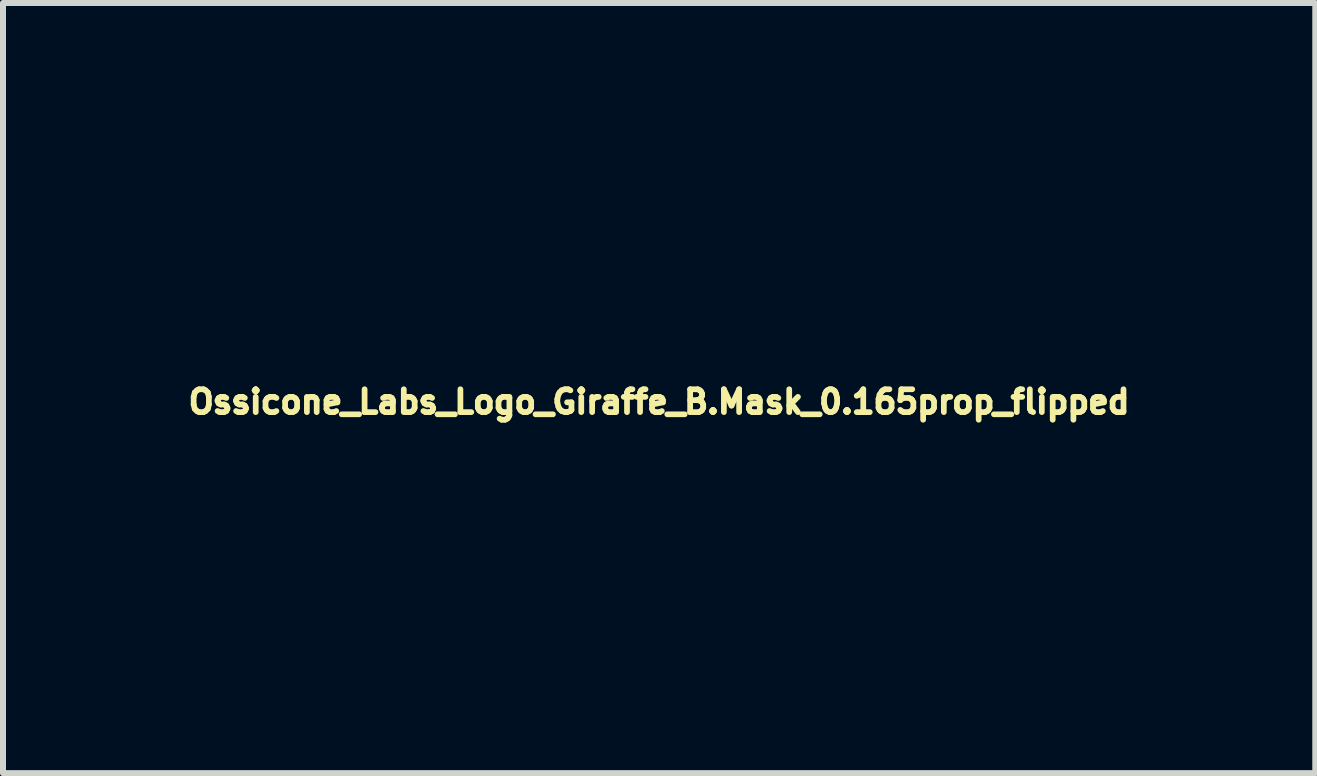
<source format=kicad_pcb>
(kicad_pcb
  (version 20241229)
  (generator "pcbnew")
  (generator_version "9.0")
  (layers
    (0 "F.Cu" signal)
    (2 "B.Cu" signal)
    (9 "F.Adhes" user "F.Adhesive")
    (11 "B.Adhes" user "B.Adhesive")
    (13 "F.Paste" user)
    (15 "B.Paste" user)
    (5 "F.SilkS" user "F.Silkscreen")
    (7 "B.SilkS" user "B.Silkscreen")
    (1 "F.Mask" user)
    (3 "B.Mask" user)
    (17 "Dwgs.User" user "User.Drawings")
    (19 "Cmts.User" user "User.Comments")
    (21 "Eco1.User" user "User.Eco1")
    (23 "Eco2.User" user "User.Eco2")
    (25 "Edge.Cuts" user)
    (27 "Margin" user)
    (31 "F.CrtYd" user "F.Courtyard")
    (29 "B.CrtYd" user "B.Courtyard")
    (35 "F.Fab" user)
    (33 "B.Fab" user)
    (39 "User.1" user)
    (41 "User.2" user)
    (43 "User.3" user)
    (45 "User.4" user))
  (footprint "Ossicone_Labs_Logo_Giraffe_B.Mask_0.165prop_flipped"
    (layer "F.Cu")
    (at 7.933 3.646)
    (property "Reference" "Ossicone_Labs_Logo_Giraffe_B.Mask_0.165prop_flipped" (at 0 0 0) (layer "F.SilkS") (effects (font (size 0.381 0.381) (thickness 0.127))))
    (attr through_hole)
    (fp_poly (pts (xy 1.735 2.87) (xy 1.737 2.873) (xy 1.745 2.87) (xy 1.748 2.865) (xy 1.742 2.852) (xy 1.737 2.855) (xy 1.735 2.87)) (stroke (width 0.003) (type solid)) (fill yes) (layer "B.Mask"))
    (fp_poly (pts (xy 1.75 2.913) (xy 1.75 2.916) (xy 1.76 2.913) (xy 1.76 2.906) (xy 1.755 2.893) (xy 1.75 2.896) (xy 1.75 2.913)) (stroke (width 0.003) (type solid)) (fill yes) (layer "B.Mask"))
    (fp_poly (pts (xy 1.201 1.161) (xy 1.214 1.171) (xy 1.232 1.173) (xy 1.255 1.171) (xy 1.25 1.163) (xy 1.245 1.161) (xy 1.214 1.146) (xy 1.201 1.156) (xy 1.201 1.161)) (stroke (width 0.003) (type solid)) (fill yes) (layer "B.Mask"))
    (fp_poly (pts (xy 1.763 2.946) (xy 1.77 2.974) (xy 1.773 2.982) (xy 1.783 2.997) (xy 1.788 2.99) (xy 1.781 2.959) (xy 1.773 2.949) (xy 1.763 2.936) (xy 1.763 2.946)) (stroke (width 0.003) (type solid)) (fill yes) (layer "B.Mask"))
    (fp_poly (pts (xy -0.043 1.168) (xy -0.03 1.173) (xy -0.02 1.173) (xy -0.003 1.163) (xy 0 1.151) (xy -0.003 1.135) (xy -0.018 1.143) (xy -0.02 1.146) (xy -0.038 1.163) (xy -0.043 1.168)) (stroke (width 0.003) (type solid)) (fill yes) (layer "B.Mask"))
    (fp_poly (pts (xy -2.047 -0.721) (xy -2.04 -0.686) (xy -2.04 -0.683) (xy -2.017 -0.663) (xy -1.984 -0.658) (xy -1.956 -0.665) (xy -1.946 -0.678) (xy -1.946 -0.714) (xy -1.968 -0.739) (xy -2.002 -0.752) (xy -2.032 -0.747) (xy -2.047 -0.721)) (stroke (width 0.003) (type solid)) (fill yes) (layer "B.Mask"))
    (fp_poly (pts (xy 0.231 0.871) (xy 0.234 0.876) (xy 0.259 0.879) (xy 0.287 0.879) (xy 0.328 0.879) (xy 0.343 0.876) (xy 0.34 0.866) (xy 0.33 0.859) (xy 0.302 0.843) (xy 0.287 0.838) (xy 0.264 0.846) (xy 0.244 0.859) (xy 0.231 0.871)) (stroke (width 0.003) (type solid)) (fill yes) (layer "B.Mask"))
    (fp_poly (pts (xy -1.968 -0.145) (xy -1.963 -0.107) (xy -1.951 -0.069) (xy -1.928 -0.043) (xy -1.902 -0.03) (xy -1.882 -0.038) (xy -1.872 -0.061) (xy -1.872 -0.099) (xy -1.877 -0.137) (xy -1.89 -0.165) (xy -1.892 -0.168) (xy -1.923 -0.18) (xy -1.951 -0.17) (xy -1.966 -0.145) (xy -1.968 -0.145)) (stroke (width 0.003) (type solid)) (fill yes) (layer "B.Mask"))
    (fp_poly (pts (xy -0.178 -1.445) (xy -0.175 -1.43) (xy -0.168 -1.425) (xy -0.124 -1.412) (xy -0.071 -1.42) (xy -0.058 -1.425) (xy -0.033 -1.445) (xy -0.03 -1.471) (xy -0.041 -1.494) (xy -0.064 -1.504) (xy -0.086 -1.506) (xy -0.124 -1.506) (xy -0.15 -1.491) (xy -0.163 -1.473) (xy -0.178 -1.445)) (stroke (width 0.003) (type solid)) (fill yes) (layer "B.Mask"))
    (fp_poly (pts (xy -1.229 -2.012) (xy -1.217 -1.999) (xy -1.191 -1.999) (xy -1.158 -2.004) (xy -1.133 -2.019) (xy -1.128 -2.022) (xy -1.107 -2.062) (xy -1.105 -2.111) (xy -1.113 -2.141) (xy -1.128 -2.156) (xy -1.151 -2.149) (xy -1.176 -2.126) (xy -1.201 -2.095) (xy -1.219 -2.057) (xy -1.229 -2.019) (xy -1.229 -2.012)) (stroke (width 0.003) (type solid)) (fill yes) (layer "B.Mask"))
    (fp_poly (pts (xy -0.457 2.446) (xy -0.455 2.454) (xy -0.45 2.482) (xy -0.447 2.522) (xy -0.445 2.555) (xy -0.432 2.568) (xy -0.406 2.57) (xy -0.373 2.565) (xy -0.363 2.553) (xy -0.358 2.53) (xy -0.343 2.494) (xy -0.335 2.482) (xy -0.31 2.431) (xy -0.386 2.431) (xy -0.432 2.431) (xy -0.452 2.436) (xy -0.457 2.446)) (stroke (width 0.003) (type solid)) (fill yes) (layer "B.Mask"))
    (fp_poly (pts (xy -0.373 -1.3) (xy -0.371 -1.247) (xy -0.356 -1.194) (xy -0.333 -1.148) (xy -0.302 -1.13) (xy -0.274 -1.138) (xy -0.246 -1.171) (xy -0.244 -1.176) (xy -0.229 -1.222) (xy -0.226 -1.278) (xy -0.236 -1.328) (xy -0.251 -1.361) (xy -0.282 -1.379) (xy -0.323 -1.382) (xy -0.345 -1.372) (xy -0.366 -1.344) (xy -0.373 -1.3)) (stroke (width 0.003) (type solid)) (fill yes) (layer "B.Mask"))
    (fp_poly (pts (xy -1.303 -1.052) (xy -1.295 -0.986) (xy -1.283 -0.932) (xy -1.257 -0.886) (xy -1.224 -0.859) (xy -1.199 -0.851) (xy -1.173 -0.864) (xy -1.148 -0.886) (xy -1.146 -0.889) (xy -1.128 -0.922) (xy -1.113 -0.963) (xy -1.105 -1.001) (xy -1.105 -1.026) (xy -1.107 -1.029) (xy -1.125 -1.034) (xy -1.161 -1.039) (xy -1.209 -1.044) (xy -1.303 -1.052)) (stroke (width 0.003) (type solid)) (fill yes) (layer "B.Mask"))
    (fp_poly (pts (xy 0.368 2.436) (xy 0.376 2.459) (xy 0.389 2.494) (xy 0.396 2.525) (xy 0.411 2.565) (xy 0.424 2.591) (xy 0.432 2.596) (xy 0.45 2.593) (xy 0.483 2.586) (xy 0.521 2.578) (xy 0.572 2.573) (xy 0.605 2.573) (xy 0.683 2.57) (xy 0.683 2.502) (xy 0.683 2.431) (xy 0.551 2.431) (xy 0.495 2.431) (xy 0.45 2.426) (xy 0.424 2.421) (xy 0.419 2.418) (xy 0.409 2.41) (xy 0.391 2.413) (xy 0.371 2.426) (xy 0.368 2.436)) (stroke (width 0.003) (type solid)) (fill yes) (layer "B.Mask"))
    (fp_poly (pts (xy -1.783 -0.544) (xy -1.768 -0.505) (xy -1.765 -0.503) (xy -1.745 -0.485) (xy -1.714 -0.478) (xy -1.666 -0.478) (xy -1.656 -0.478) (xy -1.595 -0.48) (xy -1.532 -0.49) (xy -1.501 -0.495) (xy -1.448 -0.508) (xy -1.397 -0.513) (xy -1.379 -0.516) (xy -1.346 -0.518) (xy -1.331 -0.531) (xy -1.333 -0.556) (xy -1.351 -0.599) (xy -1.354 -0.607) (xy -1.394 -0.663) (xy -1.448 -0.699) (xy -1.516 -0.711) (xy -1.537 -0.714) (xy -1.623 -0.701) (xy -1.694 -0.671) (xy -1.735 -0.635) (xy -1.773 -0.587) (xy -1.783 -0.544)) (stroke (width 0.003) (type solid)) (fill yes) (layer "B.Mask"))
    (fp_poly (pts (xy 1.232 2.558) (xy 1.232 2.563) (xy 1.252 2.568) (xy 1.29 2.57) (xy 1.336 2.573) (xy 1.453 2.588) (xy 1.549 2.624) (xy 1.626 2.675) (xy 1.684 2.746) (xy 1.707 2.786) (xy 1.722 2.817) (xy 1.73 2.83) (xy 1.732 2.83) (xy 1.727 2.809) (xy 1.72 2.766) (xy 1.704 2.713) (xy 1.689 2.652) (xy 1.671 2.588) (xy 1.656 2.532) (xy 1.643 2.489) (xy 1.636 2.469) (xy 1.626 2.449) (xy 1.613 2.436) (xy 1.585 2.431) (xy 1.539 2.431) (xy 1.532 2.431) (xy 1.481 2.431) (xy 1.448 2.438) (xy 1.427 2.451) (xy 1.415 2.464) (xy 1.384 2.492) (xy 1.341 2.512) (xy 1.333 2.515) (xy 1.288 2.53) (xy 1.25 2.545) (xy 1.245 2.548) (xy 1.232 2.558)) (stroke (width 0.003) (type solid)) (fill yes) (layer "B.Mask"))
    (fp_poly (pts (xy 1.77 2.601) (xy 1.849 2.675) (xy 1.892 2.718) (xy 1.918 2.748) (xy 1.92 2.769) (xy 1.92 2.771) (xy 1.92 2.786) (xy 1.935 2.794) (xy 1.961 2.794) (xy 1.996 2.797) (xy 2.017 2.807) (xy 2.019 2.827) (xy 2.014 2.865) (xy 2.007 2.913) (xy 2.007 2.916) (xy 1.994 2.982) (xy 1.984 3.053) (xy 1.976 3.099) (xy 1.968 3.185) (xy 2.149 3.185) (xy 2.23 3.185) (xy 2.283 3.183) (xy 2.316 3.178) (xy 2.332 3.172) (xy 2.332 3.167) (xy 2.327 3.15) (xy 2.314 3.111) (xy 2.294 3.051) (xy 2.268 2.977) (xy 2.238 2.891) (xy 2.202 2.797) (xy 2.202 2.794) (xy 2.073 2.438) (xy 1.966 2.433) (xy 1.862 2.431) (xy 1.854 2.471) (xy 1.839 2.507) (xy 1.814 2.548) (xy 1.808 2.555) (xy 1.77 2.601)) (stroke (width 0.003) (type solid)) (fill yes) (layer "B.Mask"))
    (fp_poly (pts (xy 0.528 0.201) (xy 0.531 0.269) (xy 0.541 0.318) (xy 0.559 0.345) (xy 0.574 0.351) (xy 0.605 0.34) (xy 0.622 0.325) (xy 0.645 0.297) (xy 0.671 0.259) (xy 0.676 0.251) (xy 0.709 0.208) (xy 0.739 0.188) (xy 0.77 0.188) (xy 0.795 0.201) (xy 0.836 0.224) (xy 0.932 0.147) (xy 1.031 0.071) (xy 1.019 0.005) (xy 1.008 -0.048) (xy 0.993 -0.097) (xy 0.975 -0.15) (xy 0.95 -0.213) (xy 0.917 -0.295) (xy 0.889 -0.361) (xy 0.864 -0.429) (xy 0.843 -0.488) (xy 0.838 -0.511) (xy 0.826 -0.556) (xy 0.813 -0.582) (xy 0.798 -0.592) (xy 0.772 -0.594) (xy 0.767 -0.594) (xy 0.734 -0.589) (xy 0.719 -0.577) (xy 0.714 -0.554) (xy 0.721 -0.511) (xy 0.734 -0.488) (xy 0.749 -0.465) (xy 0.744 -0.445) (xy 0.742 -0.439) (xy 0.714 -0.422) (xy 0.699 -0.419) (xy 0.683 -0.417) (xy 0.671 -0.409) (xy 0.658 -0.389) (xy 0.643 -0.356) (xy 0.627 -0.305) (xy 0.605 -0.231) (xy 0.594 -0.188) (xy 0.566 -0.079) (xy 0.546 0.025) (xy 0.536 0.119) (xy 0.528 0.201)) (stroke (width 0.003) (type solid)) (fill yes) (layer "B.Mask"))
    (fp_poly (pts (xy 0.577 0.577) (xy 0.579 0.612) (xy 0.589 0.663) (xy 0.605 0.737) (xy 0.61 0.772) (xy 0.622 0.828) (xy 0.635 0.861) (xy 0.648 0.876) (xy 0.66 0.884) (xy 0.676 0.889) (xy 0.691 0.909) (xy 0.709 0.945) (xy 0.729 1.003) (xy 0.737 1.026) (xy 0.754 1.087) (xy 0.77 1.14) (xy 0.78 1.176) (xy 0.782 1.191) (xy 0.785 1.209) (xy 0.8 1.214) (xy 0.833 1.201) (xy 0.861 1.181) (xy 0.871 1.166) (xy 0.884 1.151) (xy 0.912 1.148) (xy 0.927 1.151) (xy 0.96 1.156) (xy 0.978 1.146) (xy 0.996 1.118) (xy 1.001 1.11) (xy 1.041 1.062) (xy 1.102 1.016) (xy 1.143 0.998) (xy 1.146 0.983) (xy 1.151 0.95) (xy 1.158 0.902) (xy 1.166 0.846) (xy 1.171 0.792) (xy 1.173 0.747) (xy 1.176 0.716) (xy 1.176 0.714) (xy 1.173 0.683) (xy 1.168 0.632) (xy 1.161 0.577) (xy 1.161 0.566) (xy 1.151 0.503) (xy 1.143 0.442) (xy 1.135 0.396) (xy 1.135 0.394) (xy 1.12 0.335) (xy 1.09 0.295) (xy 1.052 0.269) (xy 1.029 0.267) (xy 0.986 0.277) (xy 0.922 0.305) (xy 0.843 0.356) (xy 0.747 0.424) (xy 0.747 0.427) (xy 0.693 0.465) (xy 0.648 0.498) (xy 0.612 0.523) (xy 0.599 0.531) (xy 0.587 0.541) (xy 0.579 0.554) (xy 0.577 0.577)) (stroke (width 0.003) (type solid)) (fill yes) (layer "B.Mask"))
    (fp_poly (pts (xy -1.999 -1.405) (xy -1.946 -1.387) (xy -1.877 -1.359) (xy -1.831 -1.331) (xy -1.808 -1.3) (xy -1.811 -1.275) (xy -1.824 -1.262) (xy -1.857 -1.247) (xy -1.885 -1.242) (xy -1.925 -1.237) (xy -1.966 -1.219) (xy -1.991 -1.199) (xy -1.994 -1.191) (xy -1.986 -1.176) (xy -1.961 -1.166) (xy -1.933 -1.158) (xy -1.885 -1.146) (xy -1.821 -1.128) (xy -1.75 -1.107) (xy -1.732 -1.102) (xy -1.648 -1.077) (xy -1.587 -1.059) (xy -1.547 -1.046) (xy -1.519 -1.039) (xy -1.504 -1.036) (xy -1.496 -1.039) (xy -1.494 -1.041) (xy -1.491 -1.044) (xy -1.481 -1.067) (xy -1.483 -1.105) (xy -1.494 -1.14) (xy -1.496 -1.148) (xy -1.514 -1.168) (xy -1.542 -1.171) (xy -1.554 -1.168) (xy -1.595 -1.168) (xy -1.643 -1.181) (xy -1.671 -1.196) (xy -1.712 -1.217) (xy -1.737 -1.234) (xy -1.748 -1.242) (xy -1.732 -1.255) (xy -1.694 -1.262) (xy -1.631 -1.27) (xy -1.544 -1.27) (xy -1.534 -1.27) (xy -1.438 -1.275) (xy -1.364 -1.285) (xy -1.303 -1.303) (xy -1.252 -1.333) (xy -1.224 -1.356) (xy -1.186 -1.387) (xy -1.158 -1.405) (xy -1.143 -1.41) (xy -1.123 -1.405) (xy -1.085 -1.389) (xy -1.034 -1.369) (xy -1.021 -1.361) (xy -0.968 -1.339) (xy -0.917 -1.321) (xy -0.881 -1.313) (xy -0.876 -1.313) (xy -0.848 -1.316) (xy -0.841 -1.328) (xy -0.843 -1.351) (xy -0.859 -1.407) (xy -0.864 -1.44) (xy -0.861 -1.46) (xy -0.851 -1.468) (xy -0.836 -1.473) (xy -0.798 -1.478) (xy -0.762 -1.483) (xy -0.729 -1.494) (xy -0.716 -1.509) (xy -0.726 -1.521) (xy -0.762 -1.534) (xy -0.818 -1.552) (xy -0.889 -1.567) (xy -0.97 -1.582) (xy -1.062 -1.6) (xy -1.158 -1.615) (xy -1.252 -1.628) (xy -1.344 -1.638) (xy -1.43 -1.646) (xy -1.501 -1.648) (xy -1.516 -1.648) (xy -1.651 -1.641) (xy -1.76 -1.621) (xy -1.849 -1.585) (xy -1.918 -1.534) (xy -1.966 -1.468) (xy -1.999 -1.405)) (stroke (width 0.003) (type solid)) (fill yes) (layer "B.Mask"))
    (fp_poly (pts (xy -4.641 -1.044) (xy -4.636 -0.909) (xy -4.63 -0.838) (xy -4.625 -0.787) (xy -4.613 -0.742) (xy -4.592 -0.699) (xy -4.592 -0.696) (xy -4.529 -0.592) (xy -4.448 -0.505) (xy -4.348 -0.437) (xy -4.232 -0.389) (xy -4.089 -0.356) (xy -4.054 -0.351) (xy -4.006 -0.343) (xy -3.934 -0.338) (xy -3.851 -0.333) (xy -3.757 -0.328) (xy -3.66 -0.323) (xy -3.658 -0.323) (xy -3.373 -0.31) (xy -3.178 -0.241) (xy -3.099 -0.213) (xy -3.018 -0.188) (xy -2.944 -0.165) (xy -2.888 -0.15) (xy -2.878 -0.147) (xy -2.761 -0.119) (xy -2.621 -0.081) (xy -2.459 -0.033) (xy -2.268 0.025) (xy -2.055 0.091) (xy -1.816 0.17) (xy -1.801 0.175) (xy -1.674 0.216) (xy -1.547 0.257) (xy -1.422 0.297) (xy -1.306 0.335) (xy -1.222 0.361) (xy -1.222 -0.091) (xy -1.219 -0.119) (xy -1.201 -0.135) (xy -1.166 -0.14) (xy -1.123 -0.137) (xy -1.079 -0.127) (xy -1.049 -0.112) (xy -1.029 -0.089) (xy -1.019 -0.074) (xy -1.031 -0.058) (xy -1.059 -0.038) (xy -1.097 -0.02) (xy -1.133 -0.005) (xy -1.153 0) (xy -1.184 -0.008) (xy -1.199 -0.018) (xy -1.214 -0.051) (xy -1.222 -0.091) (xy -1.222 0.361) (xy -1.204 0.366) (xy -1.143 0.384) (xy -1.143 0.145) (xy -1.135 0.109) (xy -1.118 0.084) (xy -1.077 0.058) (xy -1.041 0.058) (xy -1.008 0.079) (xy -0.986 0.122) (xy -0.978 0.178) (xy -0.98 0.216) (xy -0.993 0.236) (xy -1.019 0.234) (xy -1.062 0.216) (xy -1.074 0.211) (xy -1.123 0.178) (xy -1.143 0.145) (xy -1.143 0.384) (xy -1.118 0.391) (xy -1.054 0.409) (xy -0.932 0.445) (xy -0.932 -0.424) (xy -0.93 -0.462) (xy -0.904 -0.485) (xy -0.881 -0.495) (xy -0.831 -0.5) (xy -0.777 -0.49) (xy -0.711 -0.465) (xy -0.635 -0.422) (xy -0.602 -0.401) (xy -0.483 -0.325) (xy -0.478 -0.239) (xy -0.472 -0.15) (xy -0.513 -0.18) (xy -0.546 -0.196) (xy -0.597 -0.216) (xy -0.658 -0.236) (xy -0.681 -0.244) (xy -0.762 -0.267) (xy -0.823 -0.287) (xy -0.864 -0.31) (xy -0.892 -0.335) (xy -0.912 -0.366) (xy -0.914 -0.371) (xy -0.932 -0.424) (xy -0.932 0.445) (xy -0.831 0.472) (xy -0.78 0.63) (xy -0.754 0.709) (xy -0.729 0.803) (xy -0.704 0.899) (xy -0.681 0.98) (xy -0.635 1.173) (xy -0.505 1.173) (xy -0.376 1.173) (xy -0.386 1.14) (xy -0.381 1.1) (xy -0.358 1.052) (xy -0.333 1.006) (xy -0.31 0.958) (xy -0.305 0.947) (xy -0.29 0.914) (xy -0.279 0.902) (xy -0.279 0.5) (xy -0.277 0.465) (xy -0.269 0.45) (xy -0.251 0.457) (xy -0.229 0.485) (xy -0.224 0.493) (xy -0.191 0.564) (xy -0.175 0.635) (xy -0.175 0.683) (xy -0.185 0.714) (xy -0.193 0.719) (xy -0.206 0.709) (xy -0.218 0.686) (xy -0.239 0.648) (xy -0.251 0.612) (xy -0.269 0.549) (xy -0.279 0.5) (xy -0.279 0.902) (xy -0.272 0.894) (xy -0.267 0.894) (xy -0.246 0.904) (xy -0.216 0.927) (xy -0.201 0.945) (xy -0.152 0.996) (xy -0.117 0.963) (xy -0.081 0.919) (xy -0.053 0.866) (xy -0.043 0.818) (xy -0.043 0.813) (xy -0.033 0.787) (xy -0.008 0.754) (xy 0.008 0.737) (xy 0.036 0.706) (xy 0.051 0.678) (xy 0.056 0.643) (xy 0.056 0.605) (xy 0.043 0.516) (xy 0.008 0.419) (xy -0.048 0.328) (xy -0.122 0.239) (xy -0.124 0.239) (xy -0.163 0.198) (xy -0.185 0.17) (xy -0.196 0.15) (xy -0.193 0.135) (xy -0.185 0.124) (xy -0.17 0.074) (xy -0.17 0.01) (xy -0.183 -0.053) (xy -0.196 -0.081) (xy -0.218 -0.119) (xy -0.251 -0.165) (xy -0.29 -0.208) (xy -0.358 -0.284) (xy -0.333 -0.333) (xy -0.31 -0.406) (xy -0.305 -0.485) (xy -0.32 -0.564) (xy -0.351 -0.638) (xy -0.394 -0.701) (xy -0.45 -0.749) (xy -0.511 -0.777) (xy -0.513 -0.777) (xy -0.572 -0.775) (xy -0.632 -0.754) (xy -0.686 -0.716) (xy -0.724 -0.671) (xy -0.729 -0.653) (xy -0.744 -0.65) (xy -0.772 -0.671) (xy -0.795 -0.688) (xy -0.836 -0.721) (xy -0.871 -0.737) (xy -0.907 -0.739) (xy -0.963 -0.734) (xy -1.006 -0.719) (xy -1.029 -0.699) (xy -1.034 -0.686) (xy -1.029 -0.66) (xy -1.019 -0.62) (xy -1.008 -0.594) (xy -0.986 -0.528) (xy -1.034 -0.485) (xy -1.113 -0.432) (xy -1.194 -0.396) (xy -1.273 -0.378) (xy -1.344 -0.386) (xy -1.361 -0.391) (xy -1.389 -0.396) (xy -1.407 -0.384) (xy -1.41 -0.378) (xy -1.422 -0.33) (xy -1.422 -0.274) (xy -1.405 -0.221) (xy -1.405 -0.218) (xy -1.389 -0.191) (xy -1.384 -0.173) (xy -1.394 -0.17) (xy -1.43 -0.173) (xy -1.478 -0.175) (xy -1.499 -0.175) (xy -1.605 -0.175) (xy -1.692 -0.157) (xy -1.758 -0.122) (xy -1.803 -0.066) (xy -1.816 -0.036) (xy -1.829 -0.003) (xy -1.849 0.01) (xy -1.88 0.01) (xy -1.928 -0.003) (xy -1.968 -0.02) (xy -1.989 -0.046) (xy -1.991 -0.053) (xy -2.002 -0.089) (xy -2.019 -0.135) (xy -2.027 -0.15) (xy -2.047 -0.185) (xy -2.065 -0.203) (xy -2.095 -0.208) (xy -2.113 -0.211) (xy -2.146 -0.211) (xy -2.172 -0.221) (xy -2.2 -0.241) (xy -2.235 -0.279) (xy -2.243 -0.287) (xy -2.283 -0.328) (xy -2.311 -0.351) (xy -2.339 -0.361) (xy -2.365 -0.363) (xy -2.4 -0.361) (xy -2.413 -0.351) (xy -2.416 -0.333) (xy -2.408 -0.295) (xy -2.398 -0.267) (xy -2.385 -0.229) (xy -2.393 -0.203) (xy -2.416 -0.196) (xy -2.438 -0.201) (xy -2.482 -0.211) (xy -2.527 -0.226) (xy -2.591 -0.244) (xy -2.664 -0.259) (xy -2.725 -0.272) (xy -2.83 -0.287) (xy -2.845 -0.356) (xy -2.855 -0.399) (xy -2.868 -0.419) (xy -2.891 -0.432) (xy -2.901 -0.434) (xy -2.944 -0.45) (xy -2.985 -0.472) (xy -2.987 -0.472) (xy -3.028 -0.498) (xy -3.063 -0.5) (xy -3.099 -0.48) (xy -3.132 -0.445) (xy -3.18 -0.386) (xy -3.32 -0.409) (xy -3.378 -0.419) (xy -3.459 -0.427) (xy -3.551 -0.434) (xy -3.65 -0.442) (xy -3.736 -0.447) (xy -3.83 -0.452) (xy -3.919 -0.46) (xy -3.998 -0.467) (xy -4.061 -0.475) (xy -4.105 -0.483) (xy -4.158 -0.498) (xy -4.214 -0.516) (xy -4.267 -0.538) (xy -4.31 -0.559) (xy -4.338 -0.577) (xy -4.346 -0.587) (xy -4.331 -0.599) (xy -4.293 -0.615) (xy -4.234 -0.625) (xy -4.158 -0.63) (xy -4.067 -0.632) (xy -4.016 -0.635) (xy -3.886 -0.63) (xy -3.769 -0.615) (xy -3.653 -0.589) (xy -3.531 -0.551) (xy -3.424 -0.511) (xy -3.363 -0.485) (xy -3.32 -0.472) (xy -3.294 -0.467) (xy -3.279 -0.472) (xy -3.277 -0.475) (xy -3.256 -0.505) (xy -3.264 -0.538) (xy -3.297 -0.579) (xy -3.355 -0.62) (xy -3.411 -0.65) (xy -3.459 -0.671) (xy -3.513 -0.688) (xy -3.576 -0.701) (xy -3.655 -0.714) (xy -3.752 -0.721) (xy -3.868 -0.726) (xy -4.008 -0.732) (xy -4.051 -0.732) (xy -4.15 -0.734) (xy -4.239 -0.737) (xy -4.318 -0.739) (xy -4.379 -0.744) (xy -4.422 -0.747) (xy -4.437 -0.749) (xy -4.458 -0.767) (xy -4.481 -0.805) (xy -4.501 -0.856) (xy -4.516 -0.914) (xy -4.526 -0.968) (xy -4.526 -0.988) (xy -4.524 -1.026) (xy -4.514 -1.046) (xy -4.486 -1.059) (xy -4.483 -1.059) (xy -4.425 -1.072) (xy -4.346 -1.074) (xy -4.257 -1.069) (xy -4.161 -1.054) (xy -4.158 -1.054) (xy -4.034 -1.039) (xy -3.929 -1.039) (xy -3.846 -1.054) (xy -3.782 -1.09) (xy -3.749 -1.125) (xy -3.734 -1.153) (xy -3.734 -1.168) (xy -3.754 -1.189) (xy -3.757 -1.189) (xy -3.792 -1.209) (xy -3.846 -1.214) (xy -3.917 -1.209) (xy -4.008 -1.194) (xy -4.011 -1.191) (xy -4.074 -1.181) (xy -4.135 -1.179) (xy -4.181 -1.181) (xy -4.211 -1.191) (xy -4.219 -1.201) (xy -4.206 -1.217) (xy -4.176 -1.245) (xy -4.13 -1.278) (xy -4.074 -1.316) (xy -4.011 -1.351) (xy -3.947 -1.389) (xy -3.891 -1.417) (xy -3.754 -1.478) (xy -3.592 -1.537) (xy -3.404 -1.593) (xy -3.195 -1.646) (xy -3.193 -1.648) (xy -3.005 -1.694) (xy -2.845 -1.732) (xy -2.705 -1.768) (xy -2.586 -1.798) (xy -2.484 -1.824) (xy -2.398 -1.847) (xy -2.324 -1.869) (xy -2.261 -1.887) (xy -2.205 -1.908) (xy -2.154 -1.925) (xy -2.106 -1.943) (xy -2.06 -1.963) (xy -2.012 -1.986) (xy -1.974 -2.004) (xy -1.877 -2.052) (xy -1.798 -2.095) (xy -1.732 -2.139) (xy -1.669 -2.189) (xy -1.603 -2.248) (xy -1.582 -2.268) (xy -1.481 -2.365) (xy -1.359 -2.377) (xy -1.303 -2.38) (xy -1.227 -2.385) (xy -1.138 -2.385) (xy -1.133 -2.388) (xy -1.133 -2.535) (xy -1.128 -2.55) (xy -1.115 -2.581) (xy -1.107 -2.614) (xy -1.102 -2.672) (xy -1.1 -2.761) (xy -1.097 -2.875) (xy -1.097 -2.898) (xy -1.097 -2.995) (xy -1.095 -3.068) (xy -1.092 -3.124) (xy -1.09 -3.165) (xy -1.085 -3.193) (xy -1.077 -3.218) (xy -1.067 -3.241) (xy -1.031 -3.302) (xy -0.991 -3.343) (xy -0.932 -3.368) (xy -0.912 -3.373) (xy -0.869 -3.383) (xy -0.843 -3.383) (xy -0.823 -3.373) (xy -0.82 -3.368) (xy -0.8 -3.335) (xy -0.798 -3.287) (xy -0.81 -3.231) (xy -0.836 -3.178) (xy -0.848 -3.162) (xy -0.866 -3.137) (xy -0.879 -3.114) (xy -0.886 -3.086) (xy -0.892 -3.048) (xy -0.897 -2.99) (xy -0.899 -2.941) (xy -0.904 -2.865) (xy -0.912 -2.794) (xy -0.922 -2.731) (xy -0.93 -2.697) (xy -0.958 -2.629) (xy -0.998 -2.576) (xy -1.044 -2.54) (xy -1.09 -2.527) (xy -1.118 -2.53) (xy -1.133 -2.535) (xy -1.133 -2.388) (xy -1.044 -2.388) (xy -0.986 -2.388) (xy -0.737 -2.385) (xy -0.696 -2.454) (xy -0.678 -2.489) (xy -0.653 -2.543) (xy -0.62 -2.614) (xy -0.584 -2.692) (xy -0.551 -2.774) (xy -0.498 -2.893) (xy -0.455 -2.99) (xy -0.419 -3.071) (xy -0.386 -3.134) (xy -0.356 -3.188) (xy -0.328 -3.236) (xy -0.297 -3.279) (xy -0.284 -3.294) (xy -0.241 -3.35) (xy -0.196 -3.399) (xy -0.15 -3.439) (xy -0.112 -3.467) (xy -0.081 -3.48) (xy -0.069 -3.475) (xy -0.056 -3.432) (xy -0.064 -3.378) (xy -0.091 -3.317) (xy -0.135 -3.259) (xy -0.18 -3.211) (xy -0.218 -3.178) (xy -0.239 -3.152) (xy -0.249 -3.127) (xy -0.251 -3.091) (xy -0.251 -3.076) (xy -0.259 -2.992) (xy -0.287 -2.898) (xy -0.335 -2.789) (xy -0.386 -2.692) (xy -0.437 -2.596) (xy -0.475 -2.515) (xy -0.495 -2.449) (xy -0.503 -2.393) (xy -0.498 -2.342) (xy -0.49 -2.311) (xy -0.48 -2.294) (xy -0.47 -2.283) (xy -0.45 -2.281) (xy -0.411 -2.281) (xy -0.366 -2.286) (xy -0.31 -2.289) (xy -0.272 -2.289) (xy -0.249 -2.281) (xy -0.226 -2.268) (xy -0.224 -2.266) (xy -0.201 -2.238) (xy -0.206 -2.207) (xy -0.236 -2.182) (xy -0.259 -2.172) (xy -0.29 -2.162) (xy -0.318 -2.159) (xy -0.356 -2.162) (xy -0.399 -2.172) (xy -0.475 -2.187) (xy -0.533 -2.192) (xy -0.572 -2.189) (xy -0.587 -2.177) (xy -0.587 -2.174) (xy -0.574 -2.144) (xy -0.538 -2.129) (xy -0.493 -2.123) (xy -0.452 -2.118) (xy -0.434 -2.108) (xy -0.432 -2.106) (xy -0.439 -2.085) (xy -0.46 -2.052) (xy -0.488 -2.009) (xy -0.49 -2.007) (xy -0.516 -1.963) (xy -0.536 -1.928) (xy -0.546 -1.908) (xy -0.546 -1.905) (xy -0.533 -1.9) (xy -0.503 -1.908) (xy -0.447 -1.93) (xy -0.437 -1.933) (xy -0.371 -1.961) (xy -0.3 -1.991) (xy -0.239 -2.017) (xy -0.236 -2.017) (xy -0.102 -2.08) (xy 0.01 -2.149) (xy 0.099 -2.223) (xy 0.15 -2.281) (xy 0.218 -2.362) (xy 0.272 -2.426) (xy 0.315 -2.471) (xy 0.353 -2.504) (xy 0.386 -2.525) (xy 0.419 -2.537) (xy 0.434 -2.543) (xy 0.483 -2.55) (xy 0.546 -2.555) (xy 0.612 -2.558) (xy 0.62 -2.558) (xy 0.676 -2.558) (xy 0.721 -2.563) (xy 0.767 -2.576) (xy 0.815 -2.593) (xy 0.876 -2.624) (xy 0.953 -2.664) (xy 0.965 -2.67) (xy 1.072 -2.723) (xy 1.176 -2.764) (xy 1.273 -2.786) (xy 1.356 -2.794) (xy 1.422 -2.784) (xy 1.43 -2.781) (xy 1.44 -2.774) (xy 1.435 -2.764) (xy 1.41 -2.743) (xy 1.367 -2.715) (xy 1.346 -2.703) (xy 1.153 -2.591) (xy 0.947 -2.489) (xy 0.744 -2.395) (xy 0.546 -2.319) (xy 0.424 -2.278) (xy 0.366 -2.258) (xy 0.32 -2.24) (xy 0.29 -2.225) (xy 0.284 -2.217) (xy 0.282 -2.179) (xy 0.269 -2.146) (xy 0.246 -2.108) (xy 0.208 -2.06) (xy 0.196 -2.047) (xy 0.157 -2.004) (xy 0.13 -1.966) (xy 0.114 -1.941) (xy 0.112 -1.935) (xy 0.104 -1.908) (xy 0.081 -1.9) (xy 0.046 -1.915) (xy 0.038 -1.923) (xy 0.008 -1.943) (xy -0.018 -1.956) (xy -0.02 -1.956) (xy -0.046 -1.943) (xy -0.071 -1.915) (xy -0.091 -1.877) (xy -0.097 -1.844) (xy -0.086 -1.808) (xy -0.058 -1.793) (xy -0.008 -1.796) (xy 0.005 -1.801) (xy 0.041 -1.806) (xy 0.061 -1.806) (xy 0.066 -1.788) (xy 0.069 -1.753) (xy 0.071 -1.735) (xy 0.071 -1.671) (xy 0.157 -1.681) (xy 0.211 -1.689) (xy 0.277 -1.704) (xy 0.351 -1.722) (xy 0.384 -1.732) (xy 0.49 -1.76) (xy 0.574 -1.778) (xy 0.645 -1.783) (xy 0.706 -1.775) (xy 0.744 -1.763) (xy 0.813 -1.74) (xy 0.945 -1.869) (xy 1.008 -1.935) (xy 1.057 -1.989) (xy 1.087 -2.029) (xy 1.107 -2.068) (xy 1.115 -2.106) (xy 1.118 -2.146) (xy 1.115 -2.154) (xy 1.115 -2.197) (xy 1.123 -2.223) (xy 1.14 -2.24) (xy 1.146 -2.245) (xy 1.189 -2.278) (xy 1.206 -2.311) (xy 1.209 -2.352) (xy 1.206 -2.357) (xy 1.206 -2.39) (xy 1.217 -2.403) (xy 1.245 -2.39) (xy 1.267 -2.375) (xy 1.306 -2.355) (xy 1.344 -2.347) (xy 1.372 -2.355) (xy 1.377 -2.362) (xy 1.382 -2.383) (xy 1.387 -2.423) (xy 1.389 -2.466) (xy 1.392 -2.515) (xy 1.4 -2.553) (xy 1.405 -2.57) (xy 1.425 -2.581) (xy 1.466 -2.591) (xy 1.496 -2.598) (xy 1.539 -2.609) (xy 1.572 -2.619) (xy 1.582 -2.626) (xy 1.593 -2.652) (xy 1.58 -2.685) (xy 1.554 -2.715) (xy 1.537 -2.728) (xy 1.504 -2.756) (xy 1.499 -2.779) (xy 1.516 -2.794) (xy 1.534 -2.802) (xy 1.577 -2.802) (xy 1.626 -2.789) (xy 1.671 -2.769) (xy 1.702 -2.743) (xy 1.704 -2.738) (xy 1.712 -2.71) (xy 1.717 -2.667) (xy 1.72 -2.614) (xy 1.717 -2.56) (xy 1.712 -2.527) (xy 1.699 -2.502) (xy 1.676 -2.474) (xy 1.674 -2.471) (xy 1.628 -2.416) (xy 1.58 -2.355) (xy 1.529 -2.281) (xy 1.473 -2.192) (xy 1.41 -2.08) (xy 1.346 -1.971) (xy 1.29 -1.88) (xy 1.242 -1.806) (xy 1.196 -1.742) (xy 1.151 -1.689) (xy 1.1 -1.641) (xy 1.082 -1.623) (xy 1.026 -1.575) (xy 0.975 -1.539) (xy 0.922 -1.516) (xy 0.864 -1.504) (xy 0.792 -1.499) (xy 0.701 -1.501) (xy 0.643 -1.504) (xy 0.5 -1.511) (xy 0.384 -1.514) (xy 0.287 -1.514) (xy 0.208 -1.506) (xy 0.145 -1.496) (xy 0.097 -1.478) (xy 0.056 -1.453) (xy 0.051 -1.448) (xy 0.023 -1.422) (xy 0.018 -1.397) (xy 0.02 -1.387) (xy 0.046 -1.341) (xy 0.089 -1.3) (xy 0.14 -1.27) (xy 0.168 -1.262) (xy 0.191 -1.257) (xy 0.211 -1.247) (xy 0.229 -1.227) (xy 0.249 -1.191) (xy 0.277 -1.138) (xy 0.31 -1.069) (xy 0.328 -1.024) (xy 0.333 -0.993) (xy 0.325 -0.973) (xy 0.305 -0.96) (xy 0.292 -0.958) (xy 0.239 -0.927) (xy 0.206 -0.881) (xy 0.191 -0.813) (xy 0.188 -0.78) (xy 0.188 -0.734) (xy 0.185 -0.711) (xy 0.175 -0.701) (xy 0.157 -0.704) (xy 0.155 -0.704) (xy 0.119 -0.706) (xy 0.099 -0.699) (xy 0.086 -0.673) (xy 0.084 -0.632) (xy 0.094 -0.572) (xy 0.107 -0.505) (xy 0.137 -0.391) (xy 0.185 -0.287) (xy 0.241 -0.198) (xy 0.267 -0.17) (xy 0.312 -0.124) (xy 0.343 -0.099) (xy 0.368 -0.097) (xy 0.394 -0.112) (xy 0.422 -0.15) (xy 0.432 -0.168) (xy 0.478 -0.251) (xy 0.5 -0.333) (xy 0.5 -0.406) (xy 0.5 -0.411) (xy 0.5 -0.437) (xy 0.513 -0.455) (xy 0.549 -0.478) (xy 0.551 -0.483) (xy 0.632 -0.546) (xy 0.663 -0.584) (xy 0.663 -1.199) (xy 0.665 -1.234) (xy 0.671 -1.247) (xy 0.693 -1.278) (xy 0.726 -1.288) (xy 0.767 -1.273) (xy 0.803 -1.242) (xy 0.826 -1.209) (xy 0.838 -1.181) (xy 0.838 -1.176) (xy 0.831 -1.153) (xy 0.815 -1.13) (xy 0.798 -1.115) (xy 0.782 -1.115) (xy 0.767 -1.128) (xy 0.734 -1.146) (xy 0.724 -1.151) (xy 0.681 -1.173) (xy 0.663 -1.199) (xy 0.663 -0.584) (xy 0.696 -0.63) (xy 0.716 -0.668) (xy 0.734 -0.704) (xy 0.752 -0.721) (xy 0.78 -0.726) (xy 0.805 -0.726) (xy 0.869 -0.732) (xy 0.909 -0.752) (xy 0.922 -0.78) (xy 0.912 -0.823) (xy 0.874 -0.876) (xy 0.851 -0.899) (xy 0.81 -0.947) (xy 0.79 -0.983) (xy 0.782 -1.013) (xy 0.785 -1.031) (xy 0.79 -1.036) (xy 0.803 -1.031) (xy 0.826 -1.008) (xy 0.864 -0.97) (xy 0.886 -0.947) (xy 0.937 -0.892) (xy 0.983 -0.828) (xy 1.026 -0.759) (xy 1.067 -0.681) (xy 1.11 -0.584) (xy 1.153 -0.472) (xy 1.204 -0.335) (xy 1.219 -0.287) (xy 1.321 0.008) (xy 1.295 0.051) (xy 1.28 0.097) (xy 1.27 0.157) (xy 1.267 0.226) (xy 1.273 0.295) (xy 1.278 0.318) (xy 1.288 0.348) (xy 1.308 0.361) (xy 1.339 0.366) (xy 1.364 0.368) (xy 1.382 0.378) (xy 1.392 0.399) (xy 1.405 0.434) (xy 1.415 0.467) (xy 1.427 0.511) (xy 1.445 0.574) (xy 1.471 0.653) (xy 1.501 0.742) (xy 1.532 0.836) (xy 1.542 0.866) (xy 1.641 1.166) (xy 1.75 1.176) (xy 1.819 1.186) (xy 1.88 1.201) (xy 1.913 1.214) (xy 1.948 1.232) (xy 1.968 1.242) (xy 1.974 1.242) (xy 1.986 1.237) (xy 2.014 1.219) (xy 2.027 1.214) (xy 2.07 1.196) (xy 2.123 1.181) (xy 2.146 1.176) (xy 2.22 1.166) (xy 2.179 1.049) (xy 2.159 0.986) (xy 2.136 0.922) (xy 2.113 0.876) (xy 2.111 0.866) (xy 2.095 0.836) (xy 2.085 0.805) (xy 2.08 0.767) (xy 2.075 0.716) (xy 2.075 0.645) (xy 2.073 0.622) (xy 2.07 0.541) (xy 2.065 0.465) (xy 2.057 0.391) (xy 2.045 0.318) (xy 2.024 0.234) (xy 1.999 0.142) (xy 1.966 0.033) (xy 1.925 -0.097) (xy 1.908 -0.152) (xy 1.857 -0.31) (xy 1.816 -0.445) (xy 1.783 -0.559) (xy 1.758 -0.66) (xy 1.74 -0.749) (xy 1.725 -0.831) (xy 1.717 -0.876) (xy 1.697 -0.914) (xy 1.664 -0.958) (xy 1.648 -0.973) (xy 1.593 -1.049) (xy 1.544 -1.143) (xy 1.537 -1.161) (xy 1.494 -1.267) (xy 1.453 -1.351) (xy 1.415 -1.417) (xy 1.379 -1.468) (xy 1.351 -1.496) (xy 1.295 -1.552) (xy 1.311 -1.638) (xy 1.328 -1.704) (xy 1.356 -1.773) (xy 1.394 -1.844) (xy 1.445 -1.923) (xy 1.514 -2.012) (xy 1.56 -2.07) (xy 1.636 -2.164) (xy 1.694 -2.243) (xy 1.74 -2.309) (xy 1.775 -2.365) (xy 1.803 -2.416) (xy 1.824 -2.466) (xy 1.829 -2.484) (xy 1.854 -2.583) (xy 1.854 -2.667) (xy 1.836 -2.738) (xy 1.829 -2.751) (xy 1.806 -2.786) (xy 1.781 -2.812) (xy 1.75 -2.837) (xy 1.702 -2.863) (xy 1.664 -2.88) (xy 1.608 -2.906) (xy 1.557 -2.921) (xy 1.499 -2.929) (xy 1.453 -2.931) (xy 1.417 -2.934) (xy 1.384 -2.934) (xy 1.354 -2.931) (xy 1.318 -2.924) (xy 1.275 -2.913) (xy 1.222 -2.898) (xy 1.153 -2.878) (xy 1.064 -2.847) (xy 0.993 -2.824) (xy 0.892 -2.791) (xy 0.792 -2.761) (xy 0.699 -2.733) (xy 0.617 -2.71) (xy 0.554 -2.695) (xy 0.523 -2.687) (xy 0.434 -2.67) (xy 0.361 -2.642) (xy 0.295 -2.606) (xy 0.229 -2.555) (xy 0.157 -2.487) (xy 0.15 -2.477) (xy 0.036 -2.357) (xy -0.064 -2.365) (xy -0.142 -2.375) (xy -0.203 -2.393) (xy -0.224 -2.405) (xy -0.287 -2.438) (xy -0.284 -2.52) (xy -0.274 -2.596) (xy -0.246 -2.675) (xy -0.201 -2.761) (xy -0.135 -2.857) (xy -0.061 -2.951) (xy 0.025 -3.061) (xy 0.089 -3.155) (xy 0.13 -3.239) (xy 0.152 -3.315) (xy 0.155 -3.388) (xy 0.135 -3.457) (xy 0.099 -3.531) (xy 0.051 -3.597) (xy 0.025 -3.627) (xy 0.003 -3.642) (xy -0.028 -3.645) (xy -0.061 -3.642) (xy -0.14 -3.625) (xy -0.213 -3.592) (xy -0.279 -3.541) (xy -0.343 -3.47) (xy -0.404 -3.378) (xy -0.462 -3.264) (xy -0.523 -3.122) (xy -0.531 -3.104) (xy -0.572 -3.01) (xy -0.62 -2.924) (xy -0.671 -2.85) (xy -0.716 -2.797) (xy -0.719 -2.794) (xy -0.744 -2.774) (xy -0.752 -2.771) (xy -0.749 -2.786) (xy -0.719 -2.911) (xy -0.701 -3.04) (xy -0.696 -3.129) (xy -0.704 -3.239) (xy -0.726 -3.322) (xy -0.767 -3.388) (xy -0.826 -3.429) (xy -0.904 -3.452) (xy -1.001 -3.454) (xy -1.079 -3.447) (xy -1.12 -3.437) (xy -1.148 -3.421) (xy -1.171 -3.391) (xy -1.184 -3.371) (xy -1.201 -3.335) (xy -1.214 -3.302) (xy -1.219 -3.264) (xy -1.222 -3.208) (xy -1.222 -3.18) (xy -1.219 -3.114) (xy -1.217 -3.033) (xy -1.214 -2.944) (xy -1.209 -2.863) (xy -1.206 -2.784) (xy -1.204 -2.728) (xy -1.206 -2.685) (xy -1.209 -2.652) (xy -1.219 -2.621) (xy -1.224 -2.606) (xy -1.24 -2.565) (xy -1.257 -2.543) (xy -1.283 -2.53) (xy -1.326 -2.515) (xy -1.333 -2.512) (xy -1.415 -2.489) (xy -1.491 -2.461) (xy -1.567 -2.426) (xy -1.646 -2.38) (xy -1.735 -2.324) (xy -1.836 -2.256) (xy -1.935 -2.184) (xy -2.04 -2.113) (xy -2.136 -2.05) (xy -2.228 -1.994) (xy -2.322 -1.948) (xy -2.418 -1.908) (xy -2.522 -1.869) (xy -2.642 -1.836) (xy -2.774 -1.806) (xy -2.924 -1.773) (xy -3.099 -1.74) (xy -3.147 -1.732) (xy -3.31 -1.702) (xy -3.447 -1.676) (xy -3.566 -1.648) (xy -3.665 -1.626) (xy -3.752 -1.598) (xy -3.83 -1.572) (xy -3.853 -1.562) (xy -3.917 -1.537) (xy -3.975 -1.509) (xy -4.036 -1.473) (xy -4.105 -1.43) (xy -4.181 -1.379) (xy -4.275 -1.311) (xy -4.338 -1.265) (xy -4.407 -1.214) (xy -4.473 -1.166) (xy -4.529 -1.123) (xy -4.572 -1.092) (xy -4.595 -1.077) (xy -4.641 -1.044)) (stroke (width 0.003) (type solid)) (fill yes) (layer "B.Mask")))
  (gr_rect
    (start -3 -3)
    (end 18.867 9.833)
    (stroke (width 0.1) (type default))
    (fill no)
    (layer "Edge.Cuts")))
</source>
